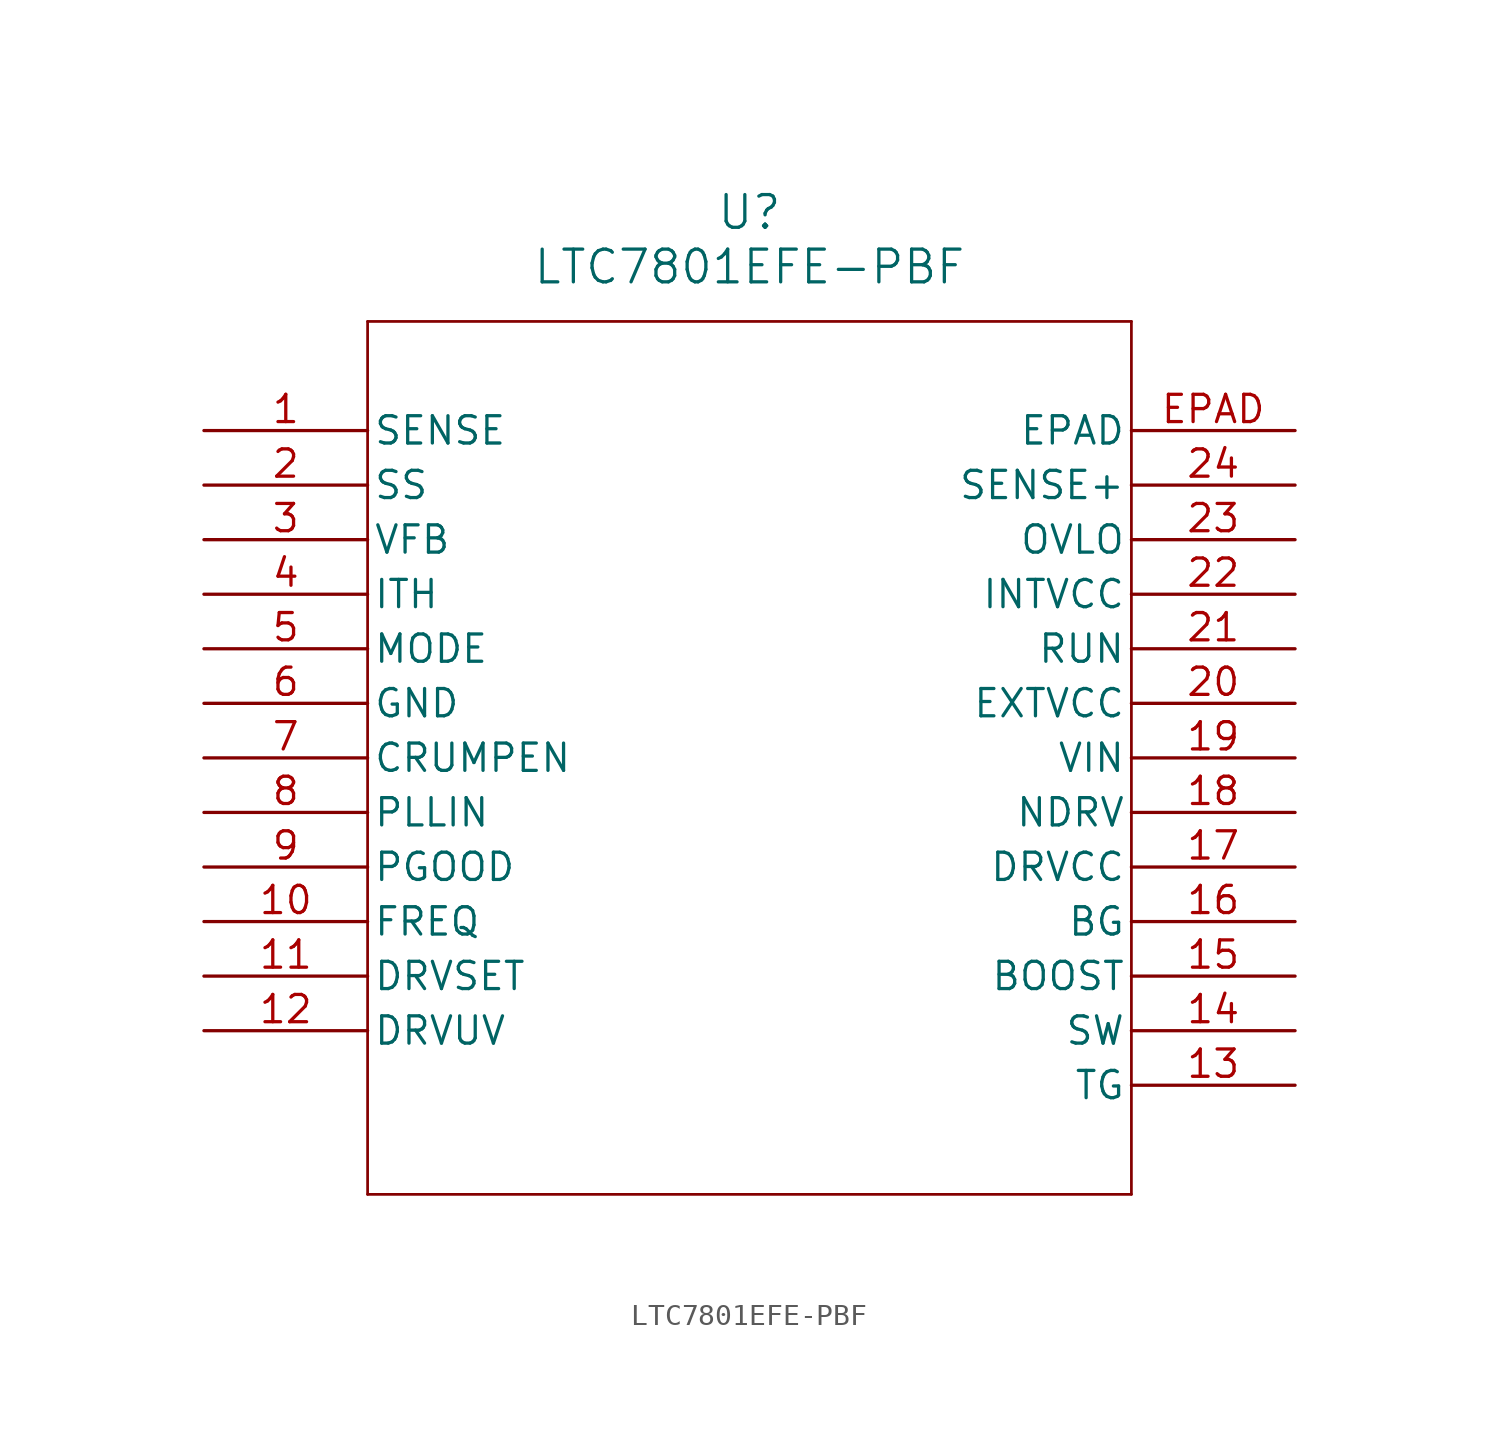
<source format=kicad_sym>
(kicad_symbol_lib
  (version 20211014)
  (generator kicad_symbol_editor)
  (symbol "LTC7801EFE-PBF"
    (pin_names
      (offset 0.254))
    (property "Reference" "U"
      (at 25.4 10.16 0)
      (effects (font (size 1.524 1.524))))
    (property "Value" "LTC7801EFE-PBF"
      (at 25.4 7.62 0)
      (effects (font (size 1.524 1.524))))
    (symbol "LTC7801EFE-PBF_0_1"
      (polyline (pts (xy 7.62 5.08) (xy 7.62 -35.56)) (stroke (width 0.127) (type default) (color 0 0 0 0)) (fill (type none)))
      (polyline (pts (xy 7.62 -35.56) (xy 43.18 -35.56)) (stroke (width 0.127) (type default) (color 0 0 0 0)) (fill (type none)))
      (polyline (pts (xy 43.18 -35.56) (xy 43.18 5.08)) (stroke (width 0.127) (type default) (color 0 0 0 0)) (fill (type none)))
      (polyline (pts (xy 43.18 5.08) (xy 7.62 5.08)) (stroke (width 0.127) (type default) (color 0 0 0 0)) (fill (type none)))
      (pin unspecified line (at 0 0 0) (length 7.62) (name "SENSE" (effects (font (size 1.27 1.27)))) (number "1" (effects (font (size 1.27 1.27)))))
      (pin unspecified line (at 0 -2.54 0) (length 7.62) (name "SS" (effects (font (size 1.27 1.27)))) (number "2" (effects (font (size 1.27 1.27)))))
      (pin unspecified line (at 0 -5.08 0) (length 7.62) (name "VFB" (effects (font (size 1.27 1.27)))) (number "3" (effects (font (size 1.27 1.27)))))
      (pin unspecified line (at 0 -7.62 0) (length 7.62) (name "ITH" (effects (font (size 1.27 1.27)))) (number "4" (effects (font (size 1.27 1.27)))))
      (pin unspecified line (at 0 -10.16 0) (length 7.62) (name "MODE" (effects (font (size 1.27 1.27)))) (number "5" (effects (font (size 1.27 1.27)))))
      (pin power_out line (at 0 -12.7 0) (length 7.62) (name "GND" (effects (font (size 1.27 1.27)))) (number "6" (effects (font (size 1.27 1.27)))))
      (pin unspecified line (at 0 -15.24 0) (length 7.62) (name "CRUMPEN" (effects (font (size 1.27 1.27)))) (number "7" (effects (font (size 1.27 1.27)))))
      (pin unspecified line (at 0 -17.78 0) (length 7.62) (name "PLLIN" (effects (font (size 1.27 1.27)))) (number "8" (effects (font (size 1.27 1.27)))))
      (pin unspecified line (at 0 -20.32 0) (length 7.62) (name "PGOOD" (effects (font (size 1.27 1.27)))) (number "9" (effects (font (size 1.27 1.27)))))
      (pin unspecified line (at 0 -22.86 0) (length 7.62) (name "FREQ" (effects (font (size 1.27 1.27)))) (number "10" (effects (font (size 1.27 1.27)))))
      (pin unspecified line (at 0 -25.4 0) (length 7.62) (name "DRVSET" (effects (font (size 1.27 1.27)))) (number "11" (effects (font (size 1.27 1.27)))))
      (pin unspecified line (at 0 -27.94 0) (length 7.62) (name "DRVUV" (effects (font (size 1.27 1.27)))) (number "12" (effects (font (size 1.27 1.27)))))
      (pin unspecified line (at 50.8 -30.48 180) (length 7.62) (name "TG" (effects (font (size 1.27 1.27)))) (number "13" (effects (font (size 1.27 1.27)))))
      (pin unspecified line (at 50.8 -27.94 180) (length 7.62) (name "SW" (effects (font (size 1.27 1.27)))) (number "14" (effects (font (size 1.27 1.27)))))
      (pin unspecified line (at 50.8 -25.4 180) (length 7.62) (name "BOOST" (effects (font (size 1.27 1.27)))) (number "15" (effects (font (size 1.27 1.27)))))
      (pin unspecified line (at 50.8 -22.86 180) (length 7.62) (name "BG" (effects (font (size 1.27 1.27)))) (number "16" (effects (font (size 1.27 1.27)))))
      (pin unspecified line (at 50.8 -20.32 180) (length 7.62) (name "DRVCC" (effects (font (size 1.27 1.27)))) (number "17" (effects (font (size 1.27 1.27)))))
      (pin unspecified line (at 50.8 -17.78 180) (length 7.62) (name "NDRV" (effects (font (size 1.27 1.27)))) (number "18" (effects (font (size 1.27 1.27)))))
      (pin unspecified line (at 50.8 -15.24 180) (length 7.62) (name "VIN" (effects (font (size 1.27 1.27)))) (number "19" (effects (font (size 1.27 1.27)))))
      (pin unspecified line (at 50.8 -12.7 180) (length 7.62) (name "EXTVCC" (effects (font (size 1.27 1.27)))) (number "20" (effects (font (size 1.27 1.27)))))
      (pin unspecified line (at 50.8 -10.16 180) (length 7.62) (name "RUN" (effects (font (size 1.27 1.27)))) (number "21" (effects (font (size 1.27 1.27)))))
      (pin unspecified line (at 50.8 -7.62 180) (length 7.62) (name "INTVCC" (effects (font (size 1.27 1.27)))) (number "22" (effects (font (size 1.27 1.27)))))
      (pin unspecified line (at 50.8 -5.08 180) (length 7.62) (name "OVLO" (effects (font (size 1.27 1.27)))) (number "23" (effects (font (size 1.27 1.27)))))
      (pin unspecified line (at 50.8 -2.54 180) (length 7.62) (name "SENSE+" (effects (font (size 1.27 1.27)))) (number "24" (effects (font (size 1.27 1.27)))))
      (pin unspecified line (at 50.8 0 180) (length 7.62) (name "EPAD" (effects (font (size 1.27 1.27)))) (number "EPAD" (effects (font (size 1.27 1.27))))))))
</source>
